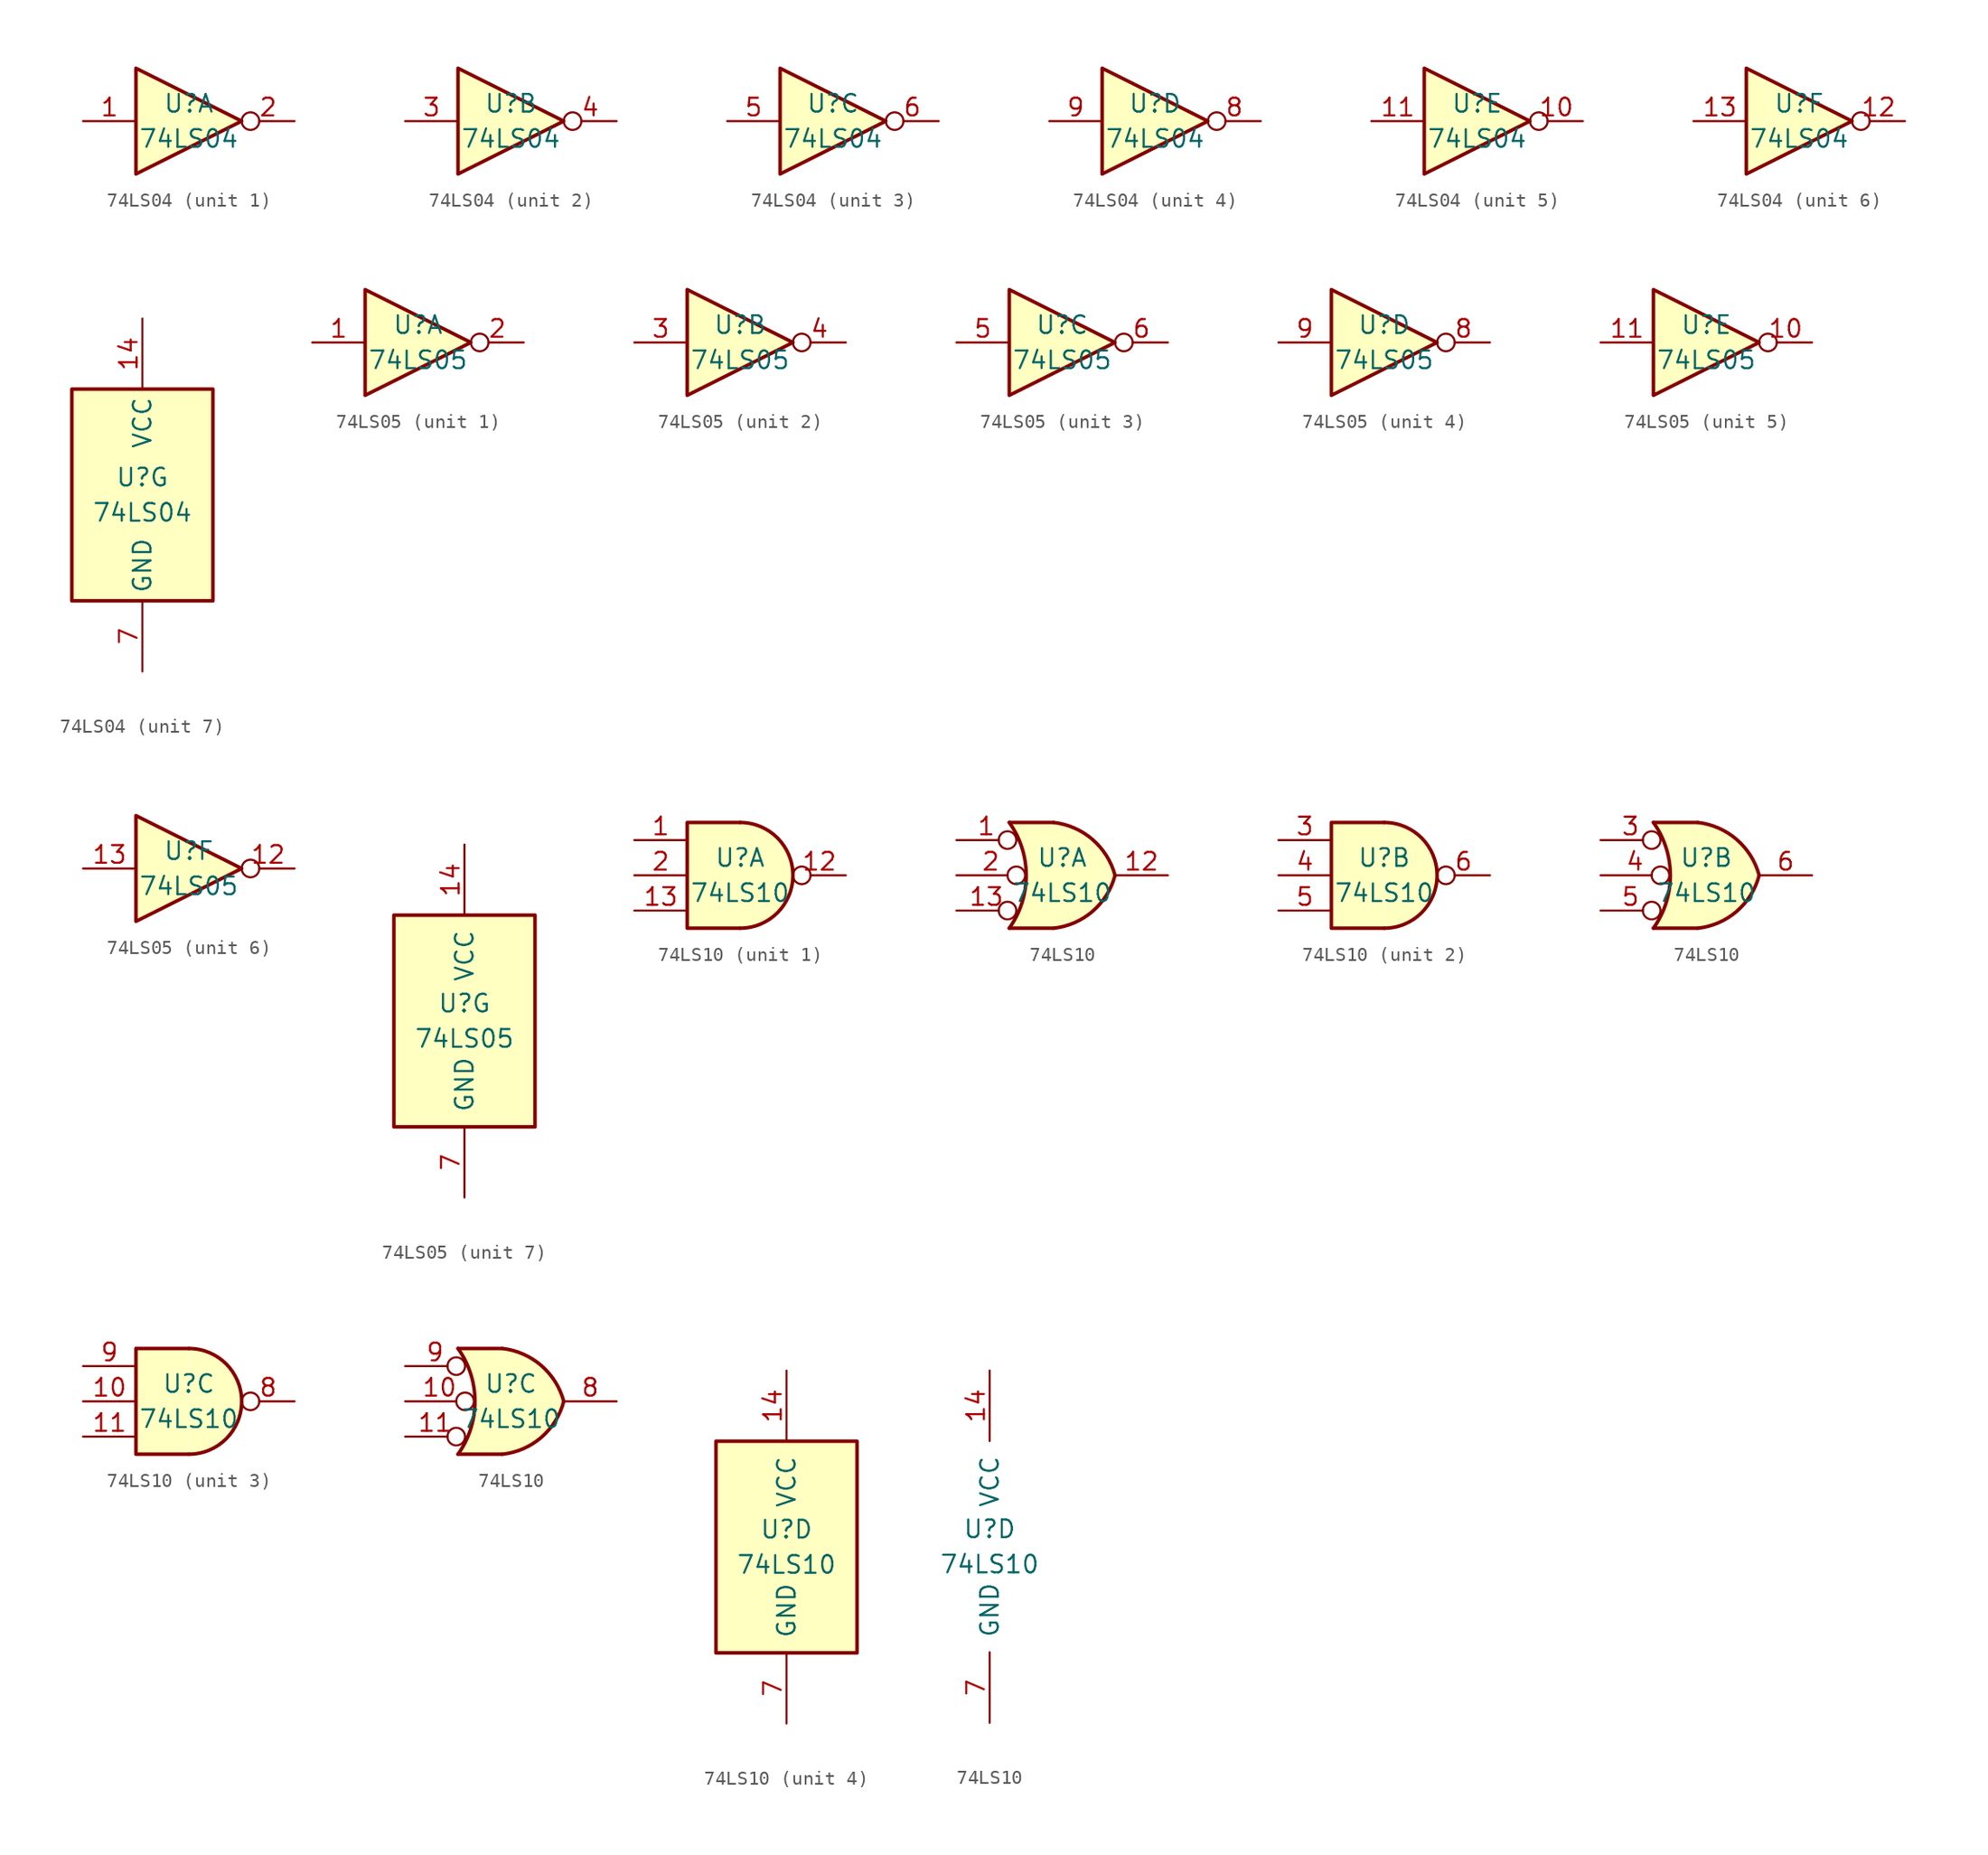
<source format=kicad_sym>
(kicad_symbol_lib
  (version 20201005)
  (generator kicad_symbol_editor)
  (symbol "74LS04"
    (property "Reference" "U"
      (at 0 1.27 0)
      (effects (font (size 1.27 1.27))))
    (property "Value" "74LS04"
      (at 0 -1.27 0)
      (effects (font (size 1.27 1.27))))
    (property "ki_locked" ""
      (at 0 0 0)
      (effects (font (size 1.27 1.27))))
    (symbol "74LS04_1_0"
      (polyline (pts (xy -3.81 3.81) (xy -3.81 -3.81) (xy 3.81 0) (xy -3.81 3.81)) (stroke (width 0.254)) (fill (type background)))
      (pin input line (at -7.62 0 0) (length 3.81) (name "~" (effects (font (size 1.27 1.27)))) (number "1" (effects (font (size 1.27 1.27)))))
      (pin output inverted (at 7.62 0 180) (length 3.81) (name "~" (effects (font (size 1.27 1.27)))) (number "2" (effects (font (size 1.27 1.27))))))
    (symbol "74LS04_2_0"
      (polyline (pts (xy -3.81 3.81) (xy -3.81 -3.81) (xy 3.81 0) (xy -3.81 3.81)) (stroke (width 0.254)) (fill (type background)))
      (pin input line (at -7.62 0 0) (length 3.81) (name "~" (effects (font (size 1.27 1.27)))) (number "3" (effects (font (size 1.27 1.27)))))
      (pin output inverted (at 7.62 0 180) (length 3.81) (name "~" (effects (font (size 1.27 1.27)))) (number "4" (effects (font (size 1.27 1.27))))))
    (symbol "74LS04_3_0"
      (polyline (pts (xy -3.81 3.81) (xy -3.81 -3.81) (xy 3.81 0) (xy -3.81 3.81)) (stroke (width 0.254)) (fill (type background)))
      (pin input line (at -7.62 0 0) (length 3.81) (name "~" (effects (font (size 1.27 1.27)))) (number "5" (effects (font (size 1.27 1.27)))))
      (pin output inverted (at 7.62 0 180) (length 3.81) (name "~" (effects (font (size 1.27 1.27)))) (number "6" (effects (font (size 1.27 1.27))))))
    (symbol "74LS04_4_0"
      (polyline (pts (xy -3.81 3.81) (xy -3.81 -3.81) (xy 3.81 0) (xy -3.81 3.81)) (stroke (width 0.254)) (fill (type background)))
      (pin output inverted (at 7.62 0 180) (length 3.81) (name "~" (effects (font (size 1.27 1.27)))) (number "8" (effects (font (size 1.27 1.27)))))
      (pin input line (at -7.62 0 0) (length 3.81) (name "~" (effects (font (size 1.27 1.27)))) (number "9" (effects (font (size 1.27 1.27))))))
    (symbol "74LS04_5_0"
      (polyline (pts (xy -3.81 3.81) (xy -3.81 -3.81) (xy 3.81 0) (xy -3.81 3.81)) (stroke (width 0.254)) (fill (type background)))
      (pin output inverted (at 7.62 0 180) (length 3.81) (name "~" (effects (font (size 1.27 1.27)))) (number "10" (effects (font (size 1.27 1.27)))))
      (pin input line (at -7.62 0 0) (length 3.81) (name "~" (effects (font (size 1.27 1.27)))) (number "11" (effects (font (size 1.27 1.27))))))
    (symbol "74LS04_6_0"
      (polyline (pts (xy -3.81 3.81) (xy -3.81 -3.81) (xy 3.81 0) (xy -3.81 3.81)) (stroke (width 0.254)) (fill (type background)))
      (pin output inverted (at 7.62 0 180) (length 3.81) (name "~" (effects (font (size 1.27 1.27)))) (number "12" (effects (font (size 1.27 1.27)))))
      (pin input line (at -7.62 0 0) (length 3.81) (name "~" (effects (font (size 1.27 1.27)))) (number "13" (effects (font (size 1.27 1.27))))))
    (symbol "74LS04_7_0"
      (pin power_in line (at 0 12.7 270) (length 5.08) (name "VCC" (effects (font (size 1.27 1.27)))) (number "14" (effects (font (size 1.27 1.27)))))
      (pin power_in line (at 0 -12.7 90) (length 5.08) (name "GND" (effects (font (size 1.27 1.27)))) (number "7" (effects (font (size 1.27 1.27))))))
    (symbol "74LS04_7_1"
      (rectangle (start -5.08 7.62) (end 5.08 -7.62) (stroke (width 0.254)) (fill (type background)))))
  (symbol "74LS05"
    (pin_names
      (offset 1.016))
    (property "Reference" "U"
      (at 0 1.27 0)
      (effects (font (size 1.27 1.27))))
    (property "Value" "74LS05"
      (at 0 -1.27 0)
      (effects (font (size 1.27 1.27))))
    (property "ki_locked" ""
      (at 0 0 0)
      (effects (font (size 1.27 1.27))))
    (symbol "74LS05_1_0"
      (polyline (pts (xy -3.81 3.81) (xy -3.81 -3.81) (xy 3.81 0) (xy -3.81 3.81)) (stroke (width 0.254)) (fill (type background)))
      (pin input line (at -7.62 0 0) (length 3.81) (name "~" (effects (font (size 1.27 1.27)))) (number "1" (effects (font (size 1.27 1.27)))))
      (pin open_collector inverted (at 7.62 0 180) (length 3.81) (name "~" (effects (font (size 1.27 1.27)))) (number "2" (effects (font (size 1.27 1.27))))))
    (symbol "74LS05_2_0"
      (polyline (pts (xy -3.81 3.81) (xy -3.81 -3.81) (xy 3.81 0) (xy -3.81 3.81)) (stroke (width 0.254)) (fill (type background)))
      (pin input line (at -7.62 0 0) (length 3.81) (name "~" (effects (font (size 1.27 1.27)))) (number "3" (effects (font (size 1.27 1.27)))))
      (pin open_collector inverted (at 7.62 0 180) (length 3.81) (name "~" (effects (font (size 1.27 1.27)))) (number "4" (effects (font (size 1.27 1.27))))))
    (symbol "74LS05_3_0"
      (polyline (pts (xy -3.81 3.81) (xy -3.81 -3.81) (xy 3.81 0) (xy -3.81 3.81)) (stroke (width 0.254)) (fill (type background)))
      (pin input line (at -7.62 0 0) (length 3.81) (name "~" (effects (font (size 1.27 1.27)))) (number "5" (effects (font (size 1.27 1.27)))))
      (pin open_collector inverted (at 7.62 0 180) (length 3.81) (name "~" (effects (font (size 1.27 1.27)))) (number "6" (effects (font (size 1.27 1.27))))))
    (symbol "74LS05_4_0"
      (polyline (pts (xy -3.81 3.81) (xy -3.81 -3.81) (xy 3.81 0) (xy -3.81 3.81)) (stroke (width 0.254)) (fill (type background)))
      (pin open_collector inverted (at 7.62 0 180) (length 3.81) (name "~" (effects (font (size 1.27 1.27)))) (number "8" (effects (font (size 1.27 1.27)))))
      (pin input line (at -7.62 0 0) (length 3.81) (name "~" (effects (font (size 1.27 1.27)))) (number "9" (effects (font (size 1.27 1.27))))))
    (symbol "74LS05_5_0"
      (polyline (pts (xy -3.81 3.81) (xy -3.81 -3.81) (xy 3.81 0) (xy -3.81 3.81)) (stroke (width 0.254)) (fill (type background)))
      (pin open_collector inverted (at 7.62 0 180) (length 3.81) (name "~" (effects (font (size 1.27 1.27)))) (number "10" (effects (font (size 1.27 1.27)))))
      (pin input line (at -7.62 0 0) (length 3.81) (name "~" (effects (font (size 1.27 1.27)))) (number "11" (effects (font (size 1.27 1.27))))))
    (symbol "74LS05_6_0"
      (polyline (pts (xy -3.81 3.81) (xy -3.81 -3.81) (xy 3.81 0) (xy -3.81 3.81)) (stroke (width 0.254)) (fill (type background)))
      (pin open_collector inverted (at 7.62 0 180) (length 3.81) (name "~" (effects (font (size 1.27 1.27)))) (number "12" (effects (font (size 1.27 1.27)))))
      (pin input line (at -7.62 0 0) (length 3.81) (name "~" (effects (font (size 1.27 1.27)))) (number "13" (effects (font (size 1.27 1.27))))))
    (symbol "74LS05_7_0"
      (pin power_in line (at 0 12.7 270) (length 5.08) (name "VCC" (effects (font (size 1.27 1.27)))) (number "14" (effects (font (size 1.27 1.27)))))
      (pin power_in line (at 0 -12.7 90) (length 5.08) (name "GND" (effects (font (size 1.27 1.27)))) (number "7" (effects (font (size 1.27 1.27))))))
    (symbol "74LS05_7_1"
      (rectangle (start -5.08 7.62) (end 5.08 -7.62) (stroke (width 0.254)) (fill (type background)))))
  (symbol "74LS10"
    (pin_names
      (offset 1.016))
    (property "Reference" "U"
      (at 0 1.27 0)
      (effects (font (size 1.27 1.27))))
    (property "Value" "74LS10"
      (at 0 -1.27 0)
      (effects (font (size 1.27 1.27))))
    (property "ki_locked" ""
      (at 0 0 0)
      (effects (font (size 1.27 1.27))))
    (symbol "74LS10_1_1"
      (arc (start 0 -3.81) (end 0 3.81) (radius (at 0 0) (length 3.81) (angles -89.9 89.9)) (stroke (width 0.254)) (fill (type background)))
      (polyline (pts (xy 0 3.81) (xy -3.81 3.81) (xy -3.81 -3.81) (xy 0 -3.81)) (stroke (width 0.254)) (fill (type background)))
      (pin input line (at -7.62 2.54 0) (length 3.81) (name "~" (effects (font (size 1.27 1.27)))) (number "1" (effects (font (size 1.27 1.27)))))
      (pin output inverted (at 7.62 0 180) (length 3.81) (name "~" (effects (font (size 1.27 1.27)))) (number "12" (effects (font (size 1.27 1.27)))))
      (pin input line (at -7.62 -2.54 0) (length 3.81) (name "~" (effects (font (size 1.27 1.27)))) (number "13" (effects (font (size 1.27 1.27)))))
      (pin input line (at -7.62 0 0) (length 3.81) (name "~" (effects (font (size 1.27 1.27)))) (number "2" (effects (font (size 1.27 1.27))))))
    (symbol "74LS10_1_2"
      (arc (start -3.81 3.81) (end -3.81 -3.81) (radius (at -9.144 0) (length 6.5532) (angles 35.4 -35.4)) (stroke (width 0.254)) (fill (type none)))
      (arc (start 3.81 0) (end -0.6096 3.81) (radius (at -1.1938 -1.3208) (length 5.1816) (angles 15 83.7)) (stroke (width 0.254)) (fill (type background)))
      (arc (start 3.81 0) (end -0.6096 -3.81) (radius (at -1.1938 1.3208) (length 5.1816) (angles -15 -83.7)) (stroke (width 0.254)) (fill (type background)))
      (polyline (pts (xy -3.81 -3.81) (xy -0.635 -3.81)) (stroke (width 0.254)) (fill (type background)))
      (polyline (pts (xy -3.81 3.81) (xy -0.635 3.81)) (stroke (width 0.254)) (fill (type background)))
      (polyline (pts (xy -0.635 3.81) (xy -3.81 3.81) (xy -3.81 3.81) (xy -3.556 3.404) (xy -3.023 2.261) (xy -2.692 1.041) (xy -2.616 -0.254) (xy -2.769 -1.499) (xy -3.175 -2.718) (xy -3.81 -3.81) (xy -3.81 -3.81) (xy -0.635 -3.81)) (stroke (width -25.4)) (fill (type background)))
      (pin input inverted (at -7.62 2.54 0) (length 4.318) (name "~" (effects (font (size 1.27 1.27)))) (number "1" (effects (font (size 1.27 1.27)))))
      (pin output line (at 7.62 0 180) (length 3.81) (name "~" (effects (font (size 1.27 1.27)))) (number "12" (effects (font (size 1.27 1.27)))))
      (pin input inverted (at -7.62 -2.54 0) (length 4.318) (name "~" (effects (font (size 1.27 1.27)))) (number "13" (effects (font (size 1.27 1.27)))))
      (pin input inverted (at -7.62 0 0) (length 4.953) (name "~" (effects (font (size 1.27 1.27)))) (number "2" (effects (font (size 1.27 1.27))))))
    (symbol "74LS10_2_1"
      (arc (start 0 -3.81) (end 0 3.81) (radius (at 0 0) (length 3.81) (angles -89.9 89.9)) (stroke (width 0.254)) (fill (type background)))
      (polyline (pts (xy 0 3.81) (xy -3.81 3.81) (xy -3.81 -3.81) (xy 0 -3.81)) (stroke (width 0.254)) (fill (type background)))
      (pin input line (at -7.62 2.54 0) (length 3.81) (name "~" (effects (font (size 1.27 1.27)))) (number "3" (effects (font (size 1.27 1.27)))))
      (pin input line (at -7.62 0 0) (length 3.81) (name "~" (effects (font (size 1.27 1.27)))) (number "4" (effects (font (size 1.27 1.27)))))
      (pin input line (at -7.62 -2.54 0) (length 3.81) (name "~" (effects (font (size 1.27 1.27)))) (number "5" (effects (font (size 1.27 1.27)))))
      (pin output inverted (at 7.62 0 180) (length 3.81) (name "~" (effects (font (size 1.27 1.27)))) (number "6" (effects (font (size 1.27 1.27))))))
    (symbol "74LS10_2_2"
      (arc (start -3.81 3.81) (end -3.81 -3.81) (radius (at -9.144 0) (length 6.5532) (angles 35.4 -35.4)) (stroke (width 0.254)) (fill (type none)))
      (arc (start 3.81 0) (end -0.6096 3.81) (radius (at -1.1938 -1.3208) (length 5.1816) (angles 15 83.7)) (stroke (width 0.254)) (fill (type background)))
      (arc (start 3.81 0) (end -0.6096 -3.81) (radius (at -1.1938 1.3208) (length 5.1816) (angles -15 -83.7)) (stroke (width 0.254)) (fill (type background)))
      (polyline (pts (xy -3.81 -3.81) (xy -0.635 -3.81)) (stroke (width 0.254)) (fill (type background)))
      (polyline (pts (xy -3.81 3.81) (xy -0.635 3.81)) (stroke (width 0.254)) (fill (type background)))
      (polyline (pts (xy -0.635 3.81) (xy -3.81 3.81) (xy -3.81 3.81) (xy -3.556 3.404) (xy -3.023 2.261) (xy -2.692 1.041) (xy -2.616 -0.254) (xy -2.769 -1.499) (xy -3.175 -2.718) (xy -3.81 -3.81) (xy -3.81 -3.81) (xy -0.635 -3.81)) (stroke (width -25.4)) (fill (type background)))
      (pin input inverted (at -7.62 2.54 0) (length 4.318) (name "~" (effects (font (size 1.27 1.27)))) (number "3" (effects (font (size 1.27 1.27)))))
      (pin input inverted (at -7.62 0 0) (length 4.953) (name "~" (effects (font (size 1.27 1.27)))) (number "4" (effects (font (size 1.27 1.27)))))
      (pin input inverted (at -7.62 -2.54 0) (length 4.318) (name "~" (effects (font (size 1.27 1.27)))) (number "5" (effects (font (size 1.27 1.27)))))
      (pin output line (at 7.62 0 180) (length 3.81) (name "~" (effects (font (size 1.27 1.27)))) (number "6" (effects (font (size 1.27 1.27))))))
    (symbol "74LS10_3_1"
      (arc (start 0 -3.81) (end 0 3.81) (radius (at 0 0) (length 3.81) (angles -89.9 89.9)) (stroke (width 0.254)) (fill (type background)))
      (polyline (pts (xy 0 3.81) (xy -3.81 3.81) (xy -3.81 -3.81) (xy 0 -3.81)) (stroke (width 0.254)) (fill (type background)))
      (pin input line (at -7.62 0 0) (length 3.81) (name "~" (effects (font (size 1.27 1.27)))) (number "10" (effects (font (size 1.27 1.27)))))
      (pin input line (at -7.62 -2.54 0) (length 3.81) (name "~" (effects (font (size 1.27 1.27)))) (number "11" (effects (font (size 1.27 1.27)))))
      (pin output inverted (at 7.62 0 180) (length 3.81) (name "~" (effects (font (size 1.27 1.27)))) (number "8" (effects (font (size 1.27 1.27)))))
      (pin input line (at -7.62 2.54 0) (length 3.81) (name "~" (effects (font (size 1.27 1.27)))) (number "9" (effects (font (size 1.27 1.27))))))
    (symbol "74LS10_3_2"
      (arc (start -3.81 3.81) (end -3.81 -3.81) (radius (at -9.144 0) (length 6.5532) (angles 35.4 -35.4)) (stroke (width 0.254)) (fill (type none)))
      (arc (start 3.81 0) (end -0.6096 3.81) (radius (at -1.1938 -1.3208) (length 5.1816) (angles 15 83.7)) (stroke (width 0.254)) (fill (type background)))
      (arc (start 3.81 0) (end -0.6096 -3.81) (radius (at -1.1938 1.3208) (length 5.1816) (angles -15 -83.7)) (stroke (width 0.254)) (fill (type background)))
      (polyline (pts (xy -3.81 -3.81) (xy -0.635 -3.81)) (stroke (width 0.254)) (fill (type background)))
      (polyline (pts (xy -3.81 3.81) (xy -0.635 3.81)) (stroke (width 0.254)) (fill (type background)))
      (polyline (pts (xy -0.635 3.81) (xy -3.81 3.81) (xy -3.81 3.81) (xy -3.556 3.404) (xy -3.023 2.261) (xy -2.692 1.041) (xy -2.616 -0.254) (xy -2.769 -1.499) (xy -3.175 -2.718) (xy -3.81 -3.81) (xy -3.81 -3.81) (xy -0.635 -3.81)) (stroke (width -25.4)) (fill (type background)))
      (pin input inverted (at -7.62 0 0) (length 4.953) (name "~" (effects (font (size 1.27 1.27)))) (number "10" (effects (font (size 1.27 1.27)))))
      (pin input inverted (at -7.62 -2.54 0) (length 4.318) (name "~" (effects (font (size 1.27 1.27)))) (number "11" (effects (font (size 1.27 1.27)))))
      (pin output line (at 7.62 0 180) (length 3.81) (name "~" (effects (font (size 1.27 1.27)))) (number "8" (effects (font (size 1.27 1.27)))))
      (pin input inverted (at -7.62 2.54 0) (length 4.318) (name "~" (effects (font (size 1.27 1.27)))) (number "9" (effects (font (size 1.27 1.27))))))
    (symbol "74LS10_4_0"
      (pin power_in line (at 0 12.7 270) (length 5.08) (name "VCC" (effects (font (size 1.27 1.27)))) (number "14" (effects (font (size 1.27 1.27)))))
      (pin power_in line (at 0 -12.7 90) (length 5.08) (name "GND" (effects (font (size 1.27 1.27)))) (number "7" (effects (font (size 1.27 1.27))))))
    (symbol "74LS10_4_1"
      (rectangle (start -5.08 7.62) (end 5.08 -7.62) (stroke (width 0.254)) (fill (type background))))))
</source>
